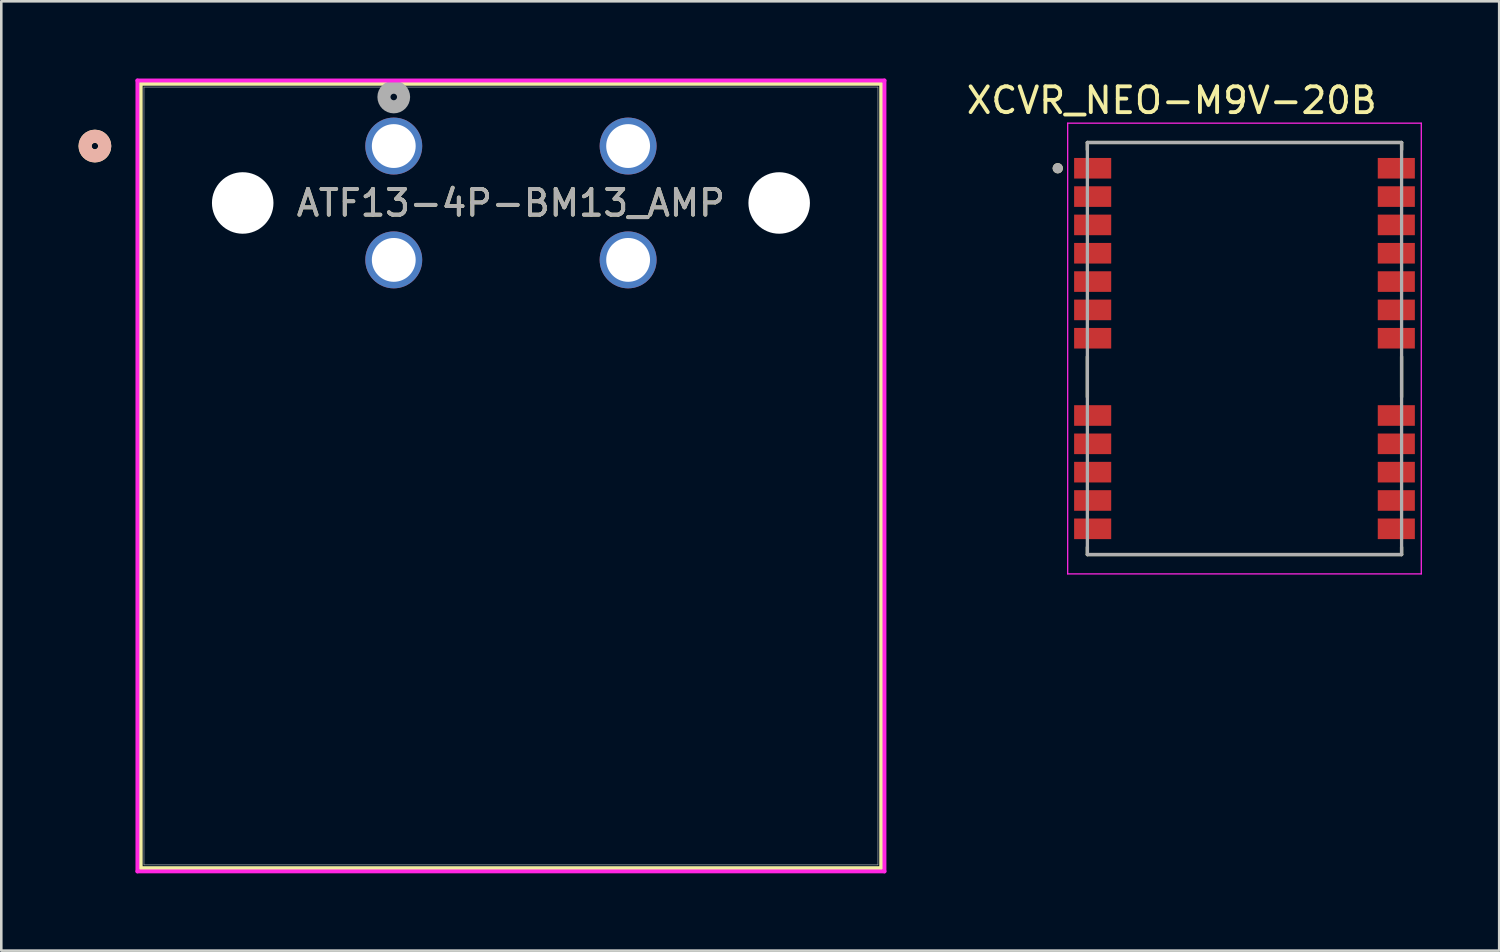
<source format=kicad_pcb>
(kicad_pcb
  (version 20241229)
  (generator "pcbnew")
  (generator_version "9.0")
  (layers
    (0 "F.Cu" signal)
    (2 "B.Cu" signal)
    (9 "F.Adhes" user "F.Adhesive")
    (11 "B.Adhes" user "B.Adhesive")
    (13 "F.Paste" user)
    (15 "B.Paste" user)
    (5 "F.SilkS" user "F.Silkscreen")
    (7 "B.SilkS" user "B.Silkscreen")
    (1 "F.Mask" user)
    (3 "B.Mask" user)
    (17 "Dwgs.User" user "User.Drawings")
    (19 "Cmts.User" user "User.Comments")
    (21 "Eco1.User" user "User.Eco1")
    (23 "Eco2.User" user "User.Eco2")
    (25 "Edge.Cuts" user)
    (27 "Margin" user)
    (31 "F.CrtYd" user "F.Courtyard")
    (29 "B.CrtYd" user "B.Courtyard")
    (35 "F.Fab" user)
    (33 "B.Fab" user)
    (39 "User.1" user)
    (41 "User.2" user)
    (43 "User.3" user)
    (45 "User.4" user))
  (footprint "ATF13-4P-BM13_AMP"
    (layer "F.Cu")
    (at 12.239 2.621)
    (property "Reference" "ATF13-4P-BM13_AMP" (at 4.55 2.21 0) (unlocked yes) (layer "F.SilkS") (effects (font (size 1 1) (thickness 0.15))))
    (attr through_hole)
    (fp_line (start -9.826 -2.418) (end -9.826 28.037) (stroke (width 0.152) (type solid)) (layer "F.SilkS"))
    (fp_line (start -9.826 28.037) (end 18.926 28.037) (stroke (width 0.152) (type solid)) (layer "F.SilkS"))
    (fp_line (start 18.926 -2.418) (end -9.826 -2.418) (stroke (width 0.152) (type solid)) (layer "F.SilkS"))
    (fp_line (start 18.926 28.037) (end 18.926 -2.418) (stroke (width 0.152) (type solid)) (layer "F.SilkS"))
    (fp_circle (center -11.604 0) (end -11.223 0) (stroke (width 0.508) (type solid)) (fill no) (layer "F.SilkS"))
    (fp_circle (center -11.604 0) (end -11.223 0) (stroke (width 0.508) (type solid)) (fill no) (layer "B.SilkS"))
    (fp_line (start -9.953 -2.545) (end -9.953 28.164) (stroke (width 0.152) (type solid)) (layer "F.CrtYd"))
    (fp_line (start -9.953 28.164) (end 19.053 28.164) (stroke (width 0.152) (type solid)) (layer "F.CrtYd"))
    (fp_line (start 19.053 -2.545) (end -9.953 -2.545) (stroke (width 0.152) (type solid)) (layer "F.CrtYd"))
    (fp_line (start 19.053 28.164) (end 19.053 -2.545) (stroke (width 0.152) (type solid)) (layer "F.CrtYd"))
    (fp_line (start -9.699 -2.291) (end -9.699 27.91) (stroke (width 0.025) (type solid)) (layer "F.Fab"))
    (fp_line (start -9.699 27.91) (end 18.799 27.91) (stroke (width 0.025) (type solid)) (layer "F.Fab"))
    (fp_line (start 18.799 -2.291) (end -9.699 -2.291) (stroke (width 0.025) (type solid)) (layer "F.Fab"))
    (fp_line (start 18.799 27.91) (end 18.799 -2.291) (stroke (width 0.025) (type solid)) (layer "F.Fab"))
    (fp_circle (center 0 -1.905) (end 0.381 -1.905) (stroke (width 0.508) (type solid)) (fill no) (layer "F.Fab"))
    (fp_text user "${REFERENCE}" (at 4.55 2.21 0) (unlocked yes) (layer "F.Fab") (effects (font (size 1 1) (thickness 0.15))))
    (pad "" np_thru_hole circle (at -5.865 2.21) (size 2.388 2.388) (drill 2.388) (layers "*.Cu" "*.Mask"))
    (pad "" np_thru_hole circle (at 14.965 2.21) (size 2.388 2.388) (drill 2.388) (layers "*.Cu" "*.Mask"))
    (pad "1" thru_hole circle (at 0 0) (size 2.21 2.21) (drill 1.702) (layers "*.Cu" "*.Mask"))
    (pad "2" thru_hole circle (at 9.1 0) (size 2.21 2.21) (drill 1.702) (layers "*.Cu" "*.Mask"))
    (pad "3" thru_hole circle (at 0 4.42) (size 2.21 2.21) (drill 1.702) (layers "*.Cu" "*.Mask"))
    (pad "4" thru_hole circle (at 9.1 4.42) (size 2.21 2.21) (drill 1.702) (layers "*.Cu" "*.Mask")))
  (footprint "XCVR_NEO-M9V-20B"
    (layer "F.Cu")
    (at 45.271 10.483)
    (property "Reference" "XCVR_NEO-M9V-20B" (at -2.825 -9.635 0) (layer "F.SilkS") (effects (font (size 1 1) (thickness 0.15))))
    (attr smd)
    (fp_line (start -6.1 -8) (end 6.1 -8) (stroke (width 0.127) (type solid)) (layer "F.SilkS"))
    (fp_line (start -6.1 -7.715) (end -6.1 -8) (stroke (width 0.127) (type solid)) (layer "F.SilkS"))
    (fp_line (start -6.1 1.885) (end -6.1 0.315) (stroke (width 0.127) (type solid)) (layer "F.SilkS"))
    (fp_line (start -6.1 8) (end -6.1 7.715) (stroke (width 0.127) (type solid)) (layer "F.SilkS"))
    (fp_line (start 6.1 -8) (end 6.1 -7.715) (stroke (width 0.127) (type solid)) (layer "F.SilkS"))
    (fp_line (start 6.1 0.315) (end 6.1 1.885) (stroke (width 0.127) (type solid)) (layer "F.SilkS"))
    (fp_line (start 6.1 8) (end -6.1 8) (stroke (width 0.127) (type solid)) (layer "F.SilkS"))
    (fp_line (start 6.1 8) (end 6.1 7.715) (stroke (width 0.127) (type solid)) (layer "F.SilkS"))
    (fp_circle (center -7.25 -7) (end -7.15 -7) (stroke (width 0.2) (type solid)) (fill no) (layer "F.SilkS"))
    (fp_line (start -6.865 -8.75) (end -6.865 8.75) (stroke (width 0.05) (type solid)) (layer "F.CrtYd"))
    (fp_line (start -6.865 8.75) (end 6.865 8.75) (stroke (width 0.05) (type solid)) (layer "F.CrtYd"))
    (fp_line (start 6.865 -8.75) (end -6.865 -8.75) (stroke (width 0.05) (type solid)) (layer "F.CrtYd"))
    (fp_line (start 6.865 8.75) (end 6.865 -8.75) (stroke (width 0.05) (type solid)) (layer "F.CrtYd"))
    (fp_line (start -6.1 -8) (end 6.1 -8) (stroke (width 0.127) (type solid)) (layer "F.Fab"))
    (fp_line (start -6.1 8) (end -6.1 -8) (stroke (width 0.127) (type solid)) (layer "F.Fab"))
    (fp_line (start 6.1 -8) (end 6.1 8) (stroke (width 0.127) (type solid)) (layer "F.Fab"))
    (fp_line (start 6.1 8) (end -6.1 8) (stroke (width 0.127) (type solid)) (layer "F.Fab"))
    (fp_circle (center -7.25 -7) (end -7.15 -7) (stroke (width 0.2) (type solid)) (fill no) (layer "F.Fab"))
    (pad "1" smd rect (at -5.895 -7) (size 1.44 0.8) (layers "F.Cu" "F.Mask" "F.Paste"))
    (pad "2" smd rect (at -5.895 -5.9) (size 1.44 0.8) (layers "F.Cu" "F.Mask" "F.Paste"))
    (pad "3" smd rect (at -5.895 -4.8) (size 1.44 0.8) (layers "F.Cu" "F.Mask" "F.Paste"))
    (pad "4" smd rect (at -5.895 -3.7) (size 1.44 0.8) (layers "F.Cu" "F.Mask" "F.Paste"))
    (pad "5" smd rect (at -5.895 -2.6) (size 1.44 0.8) (layers "F.Cu" "F.Mask" "F.Paste"))
    (pad "6" smd rect (at -5.895 -1.5) (size 1.44 0.8) (layers "F.Cu" "F.Mask" "F.Paste"))
    (pad "7" smd rect (at -5.895 -0.4) (size 1.44 0.8) (layers "F.Cu" "F.Mask" "F.Paste"))
    (pad "8" smd rect (at -5.895 2.6) (size 1.44 0.8) (layers "F.Cu" "F.Mask" "F.Paste"))
    (pad "9" smd rect (at -5.895 3.7) (size 1.44 0.8) (layers "F.Cu" "F.Mask" "F.Paste"))
    (pad "10" smd rect (at -5.895 4.8) (size 1.44 0.8) (layers "F.Cu" "F.Mask" "F.Paste"))
    (pad "11" smd rect (at -5.895 5.9) (size 1.44 0.8) (layers "F.Cu" "F.Mask" "F.Paste"))
    (pad "12" smd rect (at -5.895 7) (size 1.44 0.8) (layers "F.Cu" "F.Mask" "F.Paste"))
    (pad "13" smd rect (at 5.895 7) (size 1.44 0.8) (layers "F.Cu" "F.Mask" "F.Paste"))
    (pad "14" smd rect (at 5.895 5.9) (size 1.44 0.8) (layers "F.Cu" "F.Mask" "F.Paste"))
    (pad "15" smd rect (at 5.895 4.8) (size 1.44 0.8) (layers "F.Cu" "F.Mask" "F.Paste"))
    (pad "16" smd rect (at 5.895 3.7) (size 1.44 0.8) (layers "F.Cu" "F.Mask" "F.Paste"))
    (pad "17" smd rect (at 5.895 2.6) (size 1.44 0.8) (layers "F.Cu" "F.Mask" "F.Paste"))
    (pad "18" smd rect (at 5.895 -0.4) (size 1.44 0.8) (layers "F.Cu" "F.Mask" "F.Paste"))
    (pad "19" smd rect (at 5.895 -1.5) (size 1.44 0.8) (layers "F.Cu" "F.Mask" "F.Paste"))
    (pad "20" smd rect (at 5.895 -2.6) (size 1.44 0.8) (layers "F.Cu" "F.Mask" "F.Paste"))
    (pad "21" smd rect (at 5.895 -3.7) (size 1.44 0.8) (layers "F.Cu" "F.Mask" "F.Paste"))
    (pad "22" smd rect (at 5.895 -4.8) (size 1.44 0.8) (layers "F.Cu" "F.Mask" "F.Paste"))
    (pad "23" smd rect (at 5.895 -5.9) (size 1.44 0.8) (layers "F.Cu" "F.Mask" "F.Paste"))
    (pad "24" smd rect (at 5.895 -7) (size 1.44 0.8) (layers "F.Cu" "F.Mask" "F.Paste")))
  (gr_rect
    (start -3 -3)
    (end 55.161 33.861)
    (stroke (width 0.1) (type default))
    (fill no)
    (layer "Edge.Cuts")))
</source>
